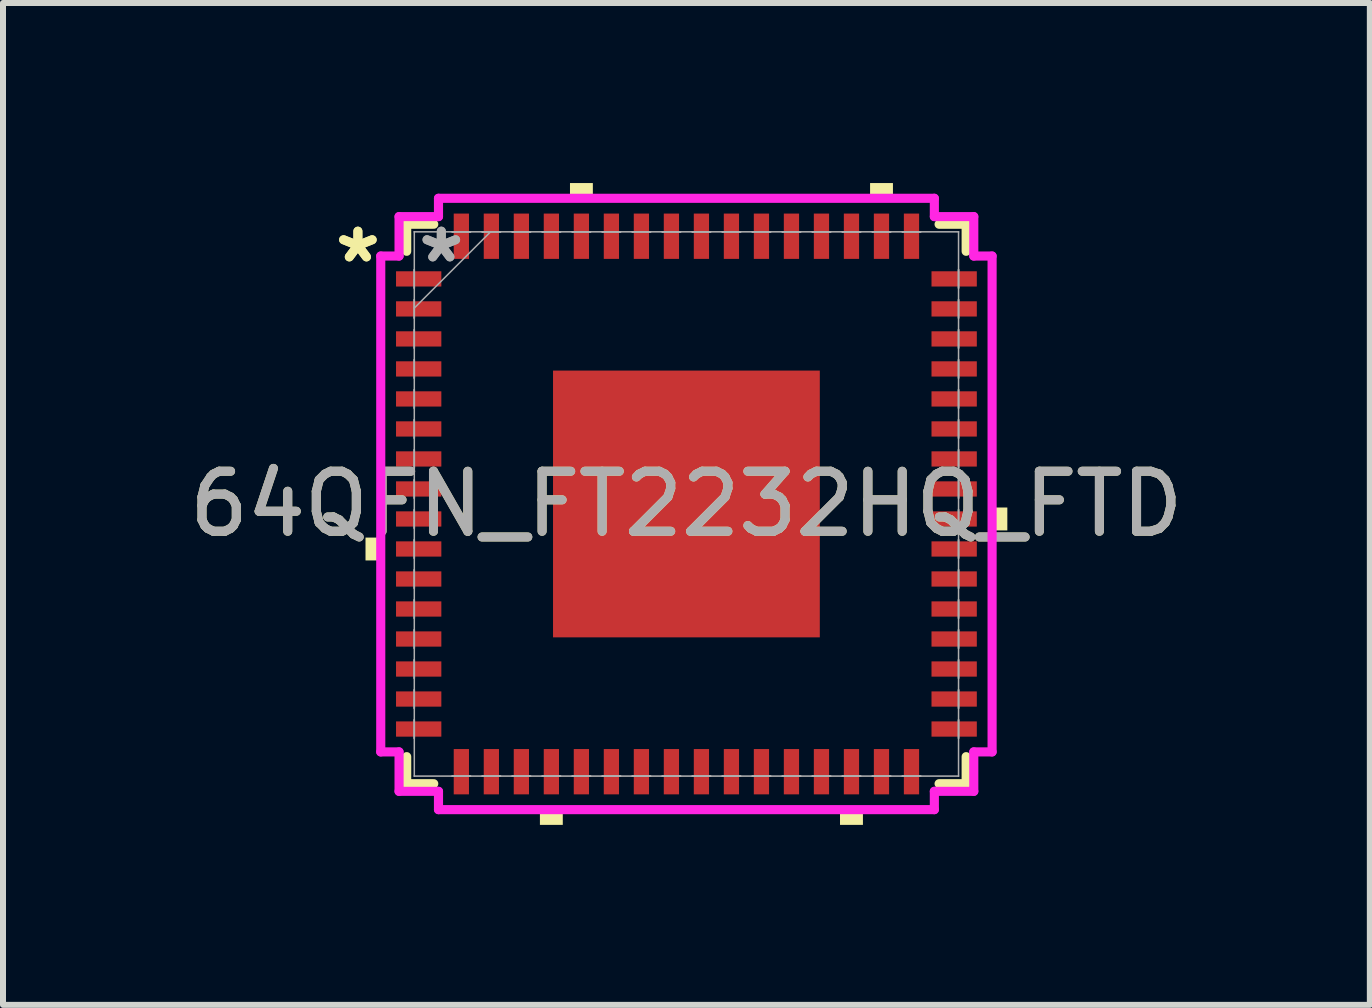
<source format=kicad_pcb>
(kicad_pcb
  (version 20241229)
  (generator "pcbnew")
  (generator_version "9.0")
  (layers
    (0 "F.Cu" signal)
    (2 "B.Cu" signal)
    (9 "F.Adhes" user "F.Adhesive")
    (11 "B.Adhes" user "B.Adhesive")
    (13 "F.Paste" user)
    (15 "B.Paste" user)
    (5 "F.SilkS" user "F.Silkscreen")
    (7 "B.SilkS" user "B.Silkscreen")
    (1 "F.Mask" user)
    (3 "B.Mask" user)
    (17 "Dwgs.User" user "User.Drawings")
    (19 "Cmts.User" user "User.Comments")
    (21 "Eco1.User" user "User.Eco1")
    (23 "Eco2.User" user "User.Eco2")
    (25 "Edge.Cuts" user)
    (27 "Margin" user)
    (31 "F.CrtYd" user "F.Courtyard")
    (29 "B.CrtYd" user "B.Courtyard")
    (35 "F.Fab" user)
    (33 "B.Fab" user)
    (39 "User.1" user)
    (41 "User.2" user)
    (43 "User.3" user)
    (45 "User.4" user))
  (footprint "64QFN_FT2232HQ_FTD"
    (layer "F.Cu")
    (at 8.387 5.347)
    (property "Reference" "64QFN_FT2232HQ_FTD" (at 0 0 0) (unlocked yes) (layer "F.SilkS") (effects (font (size 1 1) (thickness 0.15))))
    (attr smd)
    (fp_line (start -4.661 -4.661) (end -4.661 -4.21) (stroke (width 0.152) (type solid)) (layer "F.SilkS"))
    (fp_line (start -4.661 4.21) (end -4.661 4.661) (stroke (width 0.152) (type solid)) (layer "F.SilkS"))
    (fp_line (start -4.661 4.661) (end -4.21 4.661) (stroke (width 0.152) (type solid)) (layer "F.SilkS"))
    (fp_line (start -4.21 -4.661) (end -4.661 -4.661) (stroke (width 0.152) (type solid)) (layer "F.SilkS"))
    (fp_line (start 4.21 4.661) (end 4.661 4.661) (stroke (width 0.152) (type solid)) (layer "F.SilkS"))
    (fp_line (start 4.661 -4.661) (end 4.21 -4.661) (stroke (width 0.152) (type solid)) (layer "F.SilkS"))
    (fp_line (start 4.661 -4.21) (end 4.661 -4.661) (stroke (width 0.152) (type solid)) (layer "F.SilkS"))
    (fp_line (start 4.661 4.661) (end 4.661 4.21) (stroke (width 0.152) (type solid)) (layer "F.SilkS"))
    (fp_poly (pts (xy -5.347 0.56) (xy -5.347 0.941) (xy -5.093 0.941) (xy -5.093 0.56)) (stroke (width 0) (type solid)) (fill yes) (layer "F.SilkS"))
    (fp_poly (pts (xy -2.441 5.093) (xy -2.441 5.347) (xy -2.06 5.347) (xy -2.06 5.093)) (stroke (width 0) (type solid)) (fill yes) (layer "F.SilkS"))
    (fp_poly (pts (xy -1.94 -5.093) (xy -1.94 -5.347) (xy -1.559 -5.347) (xy -1.559 -5.093)) (stroke (width 0) (type solid)) (fill yes) (layer "F.SilkS"))
    (fp_poly (pts (xy 2.559 5.093) (xy 2.559 5.347) (xy 2.941 5.347) (xy 2.941 5.093)) (stroke (width 0) (type solid)) (fill yes) (layer "F.SilkS"))
    (fp_poly (pts (xy 3.06 -5.093) (xy 3.06 -5.347) (xy 3.441 -5.347) (xy 3.441 -5.093)) (stroke (width 0) (type solid)) (fill yes) (layer "F.SilkS"))
    (fp_poly (pts (xy 5.347 0.059) (xy 5.347 0.441) (xy 5.093 0.441) (xy 5.093 0.059)) (stroke (width 0) (type solid)) (fill yes) (layer "F.SilkS"))
    (fp_poly (pts (xy -2.123 -2.123) (xy -2.123 -0.841) (xy -0.841 -0.841) (xy -0.841 -2.123)) (stroke (width 0) (type solid)) (fill yes) (layer "F.Paste"))
    (fp_poly (pts (xy -2.123 -0.641) (xy -2.123 0.641) (xy -0.841 0.641) (xy -0.841 -0.641)) (stroke (width 0) (type solid)) (fill yes) (layer "F.Paste"))
    (fp_poly (pts (xy -2.123 0.841) (xy -2.123 2.123) (xy -0.841 2.123) (xy -0.841 0.841)) (stroke (width 0) (type solid)) (fill yes) (layer "F.Paste"))
    (fp_poly (pts (xy -0.641 -2.123) (xy -0.641 -0.841) (xy 0.641 -0.841) (xy 0.641 -2.123)) (stroke (width 0) (type solid)) (fill yes) (layer "F.Paste"))
    (fp_poly (pts (xy -0.641 -0.641) (xy -0.641 0.641) (xy 0.641 0.641) (xy 0.641 -0.641)) (stroke (width 0) (type solid)) (fill yes) (layer "F.Paste"))
    (fp_poly (pts (xy -0.641 0.841) (xy -0.641 2.123) (xy 0.641 2.123) (xy 0.641 0.841)) (stroke (width 0) (type solid)) (fill yes) (layer "F.Paste"))
    (fp_poly (pts (xy 0.841 -2.123) (xy 0.841 -0.841) (xy 2.123 -0.841) (xy 2.123 -2.123)) (stroke (width 0) (type solid)) (fill yes) (layer "F.Paste"))
    (fp_poly (pts (xy 0.841 -0.641) (xy 0.841 0.641) (xy 2.123 0.641) (xy 2.123 -0.641)) (stroke (width 0) (type solid)) (fill yes) (layer "F.Paste"))
    (fp_poly (pts (xy 0.841 0.841) (xy 0.841 2.123) (xy 2.123 2.123) (xy 2.123 0.841)) (stroke (width 0) (type solid)) (fill yes) (layer "F.Paste"))
    (fp_line (start -5.093 -4.131) (end -4.788 -4.131) (stroke (width 0.152) (type solid)) (layer "F.CrtYd"))
    (fp_line (start -5.093 4.131) (end -5.093 -4.131) (stroke (width 0.152) (type solid)) (layer "F.CrtYd"))
    (fp_line (start -4.788 -4.788) (end -4.131 -4.788) (stroke (width 0.152) (type solid)) (layer "F.CrtYd"))
    (fp_line (start -4.788 -4.131) (end -4.788 -4.788) (stroke (width 0.152) (type solid)) (layer "F.CrtYd"))
    (fp_line (start -4.788 4.131) (end -5.093 4.131) (stroke (width 0.152) (type solid)) (layer "F.CrtYd"))
    (fp_line (start -4.788 4.788) (end -4.788 4.131) (stroke (width 0.152) (type solid)) (layer "F.CrtYd"))
    (fp_line (start -4.131 -5.093) (end 4.131 -5.093) (stroke (width 0.152) (type solid)) (layer "F.CrtYd"))
    (fp_line (start -4.131 -4.788) (end -4.131 -5.093) (stroke (width 0.152) (type solid)) (layer "F.CrtYd"))
    (fp_line (start -4.131 4.788) (end -4.788 4.788) (stroke (width 0.152) (type solid)) (layer "F.CrtYd"))
    (fp_line (start -4.131 5.093) (end -4.131 4.788) (stroke (width 0.152) (type solid)) (layer "F.CrtYd"))
    (fp_line (start 4.131 -5.093) (end 4.131 -4.788) (stroke (width 0.152) (type solid)) (layer "F.CrtYd"))
    (fp_line (start 4.131 -4.788) (end 4.788 -4.788) (stroke (width 0.152) (type solid)) (layer "F.CrtYd"))
    (fp_line (start 4.131 4.788) (end 4.131 5.093) (stroke (width 0.152) (type solid)) (layer "F.CrtYd"))
    (fp_line (start 4.131 5.093) (end -4.131 5.093) (stroke (width 0.152) (type solid)) (layer "F.CrtYd"))
    (fp_line (start 4.788 -4.788) (end 4.788 -4.131) (stroke (width 0.152) (type solid)) (layer "F.CrtYd"))
    (fp_line (start 4.788 -4.131) (end 5.093 -4.131) (stroke (width 0.152) (type solid)) (layer "F.CrtYd"))
    (fp_line (start 4.788 4.131) (end 4.788 4.788) (stroke (width 0.152) (type solid)) (layer "F.CrtYd"))
    (fp_line (start 4.788 4.788) (end 4.131 4.788) (stroke (width 0.152) (type solid)) (layer "F.CrtYd"))
    (fp_line (start 5.093 -4.131) (end 5.093 4.131) (stroke (width 0.152) (type solid)) (layer "F.CrtYd"))
    (fp_line (start 5.093 4.131) (end 4.788 4.131) (stroke (width 0.152) (type solid)) (layer "F.CrtYd"))
    (fp_line (start -4.534 -4.534) (end -4.534 -4.534) (stroke (width 0.025) (type solid)) (layer "F.Fab"))
    (fp_line (start -4.534 -4.534) (end -4.534 4.534) (stroke (width 0.025) (type solid)) (layer "F.Fab"))
    (fp_line (start -4.534 -3.902) (end -4.534 -3.902) (stroke (width 0.025) (type solid)) (layer "F.Fab"))
    (fp_line (start -4.534 -3.902) (end -4.534 -3.598) (stroke (width 0.025) (type solid)) (layer "F.Fab"))
    (fp_line (start -4.534 -3.598) (end -4.534 -3.902) (stroke (width 0.025) (type solid)) (layer "F.Fab"))
    (fp_line (start -4.534 -3.598) (end -4.534 -3.598) (stroke (width 0.025) (type solid)) (layer "F.Fab"))
    (fp_line (start -4.534 -3.402) (end -4.534 -3.402) (stroke (width 0.025) (type solid)) (layer "F.Fab"))
    (fp_line (start -4.534 -3.402) (end -4.534 -3.098) (stroke (width 0.025) (type solid)) (layer "F.Fab"))
    (fp_line (start -4.534 -3.264) (end -3.264 -4.534) (stroke (width 0.025) (type solid)) (layer "F.Fab"))
    (fp_line (start -4.534 -3.098) (end -4.534 -3.402) (stroke (width 0.025) (type solid)) (layer "F.Fab"))
    (fp_line (start -4.534 -3.098) (end -4.534 -3.098) (stroke (width 0.025) (type solid)) (layer "F.Fab"))
    (fp_line (start -4.534 -2.902) (end -4.534 -2.902) (stroke (width 0.025) (type solid)) (layer "F.Fab"))
    (fp_line (start -4.534 -2.902) (end -4.534 -2.598) (stroke (width 0.025) (type solid)) (layer "F.Fab"))
    (fp_line (start -4.534 -2.598) (end -4.534 -2.902) (stroke (width 0.025) (type solid)) (layer "F.Fab"))
    (fp_line (start -4.534 -2.598) (end -4.534 -2.598) (stroke (width 0.025) (type solid)) (layer "F.Fab"))
    (fp_line (start -4.534 -2.402) (end -4.534 -2.402) (stroke (width 0.025) (type solid)) (layer "F.Fab"))
    (fp_line (start -4.534 -2.402) (end -4.534 -2.098) (stroke (width 0.025) (type solid)) (layer "F.Fab"))
    (fp_line (start -4.534 -2.098) (end -4.534 -2.402) (stroke (width 0.025) (type solid)) (layer "F.Fab"))
    (fp_line (start -4.534 -2.098) (end -4.534 -2.098) (stroke (width 0.025) (type solid)) (layer "F.Fab"))
    (fp_line (start -4.534 -1.902) (end -4.534 -1.902) (stroke (width 0.025) (type solid)) (layer "F.Fab"))
    (fp_line (start -4.534 -1.902) (end -4.534 -1.598) (stroke (width 0.025) (type solid)) (layer "F.Fab"))
    (fp_line (start -4.534 -1.598) (end -4.534 -1.902) (stroke (width 0.025) (type solid)) (layer "F.Fab"))
    (fp_line (start -4.534 -1.598) (end -4.534 -1.598) (stroke (width 0.025) (type solid)) (layer "F.Fab"))
    (fp_line (start -4.534 -1.402) (end -4.534 -1.402) (stroke (width 0.025) (type solid)) (layer "F.Fab"))
    (fp_line (start -4.534 -1.402) (end -4.534 -1.098) (stroke (width 0.025) (type solid)) (layer "F.Fab"))
    (fp_line (start -4.534 -1.098) (end -4.534 -1.402) (stroke (width 0.025) (type solid)) (layer "F.Fab"))
    (fp_line (start -4.534 -1.098) (end -4.534 -1.098) (stroke (width 0.025) (type solid)) (layer "F.Fab"))
    (fp_line (start -4.534 -0.902) (end -4.534 -0.902) (stroke (width 0.025) (type solid)) (layer "F.Fab"))
    (fp_line (start -4.534 -0.902) (end -4.534 -0.598) (stroke (width 0.025) (type solid)) (layer "F.Fab"))
    (fp_line (start -4.534 -0.598) (end -4.534 -0.902) (stroke (width 0.025) (type solid)) (layer "F.Fab"))
    (fp_line (start -4.534 -0.598) (end -4.534 -0.598) (stroke (width 0.025) (type solid)) (layer "F.Fab"))
    (fp_line (start -4.534 -0.402) (end -4.534 -0.402) (stroke (width 0.025) (type solid)) (layer "F.Fab"))
    (fp_line (start -4.534 -0.402) (end -4.534 -0.098) (stroke (width 0.025) (type solid)) (layer "F.Fab"))
    (fp_line (start -4.534 -0.098) (end -4.534 -0.402) (stroke (width 0.025) (type solid)) (layer "F.Fab"))
    (fp_line (start -4.534 -0.098) (end -4.534 -0.098) (stroke (width 0.025) (type solid)) (layer "F.Fab"))
    (fp_line (start -4.534 0.098) (end -4.534 0.098) (stroke (width 0.025) (type solid)) (layer "F.Fab"))
    (fp_line (start -4.534 0.098) (end -4.534 0.402) (stroke (width 0.025) (type solid)) (layer "F.Fab"))
    (fp_line (start -4.534 0.402) (end -4.534 0.098) (stroke (width 0.025) (type solid)) (layer "F.Fab"))
    (fp_line (start -4.534 0.402) (end -4.534 0.402) (stroke (width 0.025) (type solid)) (layer "F.Fab"))
    (fp_line (start -4.534 0.598) (end -4.534 0.598) (stroke (width 0.025) (type solid)) (layer "F.Fab"))
    (fp_line (start -4.534 0.598) (end -4.534 0.902) (stroke (width 0.025) (type solid)) (layer "F.Fab"))
    (fp_line (start -4.534 0.902) (end -4.534 0.598) (stroke (width 0.025) (type solid)) (layer "F.Fab"))
    (fp_line (start -4.534 0.902) (end -4.534 0.902) (stroke (width 0.025) (type solid)) (layer "F.Fab"))
    (fp_line (start -4.534 1.098) (end -4.534 1.098) (stroke (width 0.025) (type solid)) (layer "F.Fab"))
    (fp_line (start -4.534 1.098) (end -4.534 1.402) (stroke (width 0.025) (type solid)) (layer "F.Fab"))
    (fp_line (start -4.534 1.402) (end -4.534 1.098) (stroke (width 0.025) (type solid)) (layer "F.Fab"))
    (fp_line (start -4.534 1.402) (end -4.534 1.402) (stroke (width 0.025) (type solid)) (layer "F.Fab"))
    (fp_line (start -4.534 1.598) (end -4.534 1.598) (stroke (width 0.025) (type solid)) (layer "F.Fab"))
    (fp_line (start -4.534 1.598) (end -4.534 1.902) (stroke (width 0.025) (type solid)) (layer "F.Fab"))
    (fp_line (start -4.534 1.902) (end -4.534 1.598) (stroke (width 0.025) (type solid)) (layer "F.Fab"))
    (fp_line (start -4.534 1.902) (end -4.534 1.902) (stroke (width 0.025) (type solid)) (layer "F.Fab"))
    (fp_line (start -4.534 2.098) (end -4.534 2.098) (stroke (width 0.025) (type solid)) (layer "F.Fab"))
    (fp_line (start -4.534 2.098) (end -4.534 2.402) (stroke (width 0.025) (type solid)) (layer "F.Fab"))
    (fp_line (start -4.534 2.402) (end -4.534 2.098) (stroke (width 0.025) (type solid)) (layer "F.Fab"))
    (fp_line (start -4.534 2.402) (end -4.534 2.402) (stroke (width 0.025) (type solid)) (layer "F.Fab"))
    (fp_line (start -4.534 2.598) (end -4.534 2.598) (stroke (width 0.025) (type solid)) (layer "F.Fab"))
    (fp_line (start -4.534 2.598) (end -4.534 2.902) (stroke (width 0.025) (type solid)) (layer "F.Fab"))
    (fp_line (start -4.534 2.902) (end -4.534 2.598) (stroke (width 0.025) (type solid)) (layer "F.Fab"))
    (fp_line (start -4.534 2.902) (end -4.534 2.902) (stroke (width 0.025) (type solid)) (layer "F.Fab"))
    (fp_line (start -4.534 3.098) (end -4.534 3.098) (stroke (width 0.025) (type solid)) (layer "F.Fab"))
    (fp_line (start -4.534 3.098) (end -4.534 3.402) (stroke (width 0.025) (type solid)) (layer "F.Fab"))
    (fp_line (start -4.534 3.402) (end -4.534 3.098) (stroke (width 0.025) (type solid)) (layer "F.Fab"))
    (fp_line (start -4.534 3.402) (end -4.534 3.402) (stroke (width 0.025) (type solid)) (layer "F.Fab"))
    (fp_line (start -4.534 3.598) (end -4.534 3.598) (stroke (width 0.025) (type solid)) (layer "F.Fab"))
    (fp_line (start -4.534 3.598) (end -4.534 3.902) (stroke (width 0.025) (type solid)) (layer "F.Fab"))
    (fp_line (start -4.534 3.902) (end -4.534 3.598) (stroke (width 0.025) (type solid)) (layer "F.Fab"))
    (fp_line (start -4.534 3.902) (end -4.534 3.902) (stroke (width 0.025) (type solid)) (layer "F.Fab"))
    (fp_line (start -4.534 4.534) (end -4.534 4.534) (stroke (width 0.025) (type solid)) (layer "F.Fab"))
    (fp_line (start -4.534 4.534) (end 4.534 4.534) (stroke (width 0.025) (type solid)) (layer "F.Fab"))
    (fp_line (start -3.902 -4.534) (end -3.902 -4.534) (stroke (width 0.025) (type solid)) (layer "F.Fab"))
    (fp_line (start -3.902 -4.534) (end -3.598 -4.534) (stroke (width 0.025) (type solid)) (layer "F.Fab"))
    (fp_line (start -3.902 4.534) (end -3.902 4.534) (stroke (width 0.025) (type solid)) (layer "F.Fab"))
    (fp_line (start -3.902 4.534) (end -3.598 4.534) (stroke (width 0.025) (type solid)) (layer "F.Fab"))
    (fp_line (start -3.598 -4.534) (end -3.902 -4.534) (stroke (width 0.025) (type solid)) (layer "F.Fab"))
    (fp_line (start -3.598 -4.534) (end -3.598 -4.534) (stroke (width 0.025) (type solid)) (layer "F.Fab"))
    (fp_line (start -3.598 4.534) (end -3.902 4.534) (stroke (width 0.025) (type solid)) (layer "F.Fab"))
    (fp_line (start -3.598 4.534) (end -3.598 4.534) (stroke (width 0.025) (type solid)) (layer "F.Fab"))
    (fp_line (start -3.402 -4.534) (end -3.402 -4.534) (stroke (width 0.025) (type solid)) (layer "F.Fab"))
    (fp_line (start -3.402 -4.534) (end -3.098 -4.534) (stroke (width 0.025) (type solid)) (layer "F.Fab"))
    (fp_line (start -3.402 4.534) (end -3.402 4.534) (stroke (width 0.025) (type solid)) (layer "F.Fab"))
    (fp_line (start -3.402 4.534) (end -3.098 4.534) (stroke (width 0.025) (type solid)) (layer "F.Fab"))
    (fp_line (start -3.098 -4.534) (end -3.402 -4.534) (stroke (width 0.025) (type solid)) (layer "F.Fab"))
    (fp_line (start -3.098 -4.534) (end -3.098 -4.534) (stroke (width 0.025) (type solid)) (layer "F.Fab"))
    (fp_line (start -3.098 4.534) (end -3.402 4.534) (stroke (width 0.025) (type solid)) (layer "F.Fab"))
    (fp_line (start -3.098 4.534) (end -3.098 4.534) (stroke (width 0.025) (type solid)) (layer "F.Fab"))
    (fp_line (start -2.902 -4.534) (end -2.902 -4.534) (stroke (width 0.025) (type solid)) (layer "F.Fab"))
    (fp_line (start -2.902 -4.534) (end -2.598 -4.534) (stroke (width 0.025) (type solid)) (layer "F.Fab"))
    (fp_line (start -2.902 4.534) (end -2.902 4.534) (stroke (width 0.025) (type solid)) (layer "F.Fab"))
    (fp_line (start -2.902 4.534) (end -2.598 4.534) (stroke (width 0.025) (type solid)) (layer "F.Fab"))
    (fp_line (start -2.598 -4.534) (end -2.902 -4.534) (stroke (width 0.025) (type solid)) (layer "F.Fab"))
    (fp_line (start -2.598 -4.534) (end -2.598 -4.534) (stroke (width 0.025) (type solid)) (layer "F.Fab"))
    (fp_line (start -2.598 4.534) (end -2.902 4.534) (stroke (width 0.025) (type solid)) (layer "F.Fab"))
    (fp_line (start -2.598 4.534) (end -2.598 4.534) (stroke (width 0.025) (type solid)) (layer "F.Fab"))
    (fp_line (start -2.402 -4.534) (end -2.402 -4.534) (stroke (width 0.025) (type solid)) (layer "F.Fab"))
    (fp_line (start -2.402 -4.534) (end -2.098 -4.534) (stroke (width 0.025) (type solid)) (layer "F.Fab"))
    (fp_line (start -2.402 4.534) (end -2.402 4.534) (stroke (width 0.025) (type solid)) (layer "F.Fab"))
    (fp_line (start -2.402 4.534) (end -2.098 4.534) (stroke (width 0.025) (type solid)) (layer "F.Fab"))
    (fp_line (start -2.098 -4.534) (end -2.402 -4.534) (stroke (width 0.025) (type solid)) (layer "F.Fab"))
    (fp_line (start -2.098 -4.534) (end -2.098 -4.534) (stroke (width 0.025) (type solid)) (layer "F.Fab"))
    (fp_line (start -2.098 4.534) (end -2.402 4.534) (stroke (width 0.025) (type solid)) (layer "F.Fab"))
    (fp_line (start -2.098 4.534) (end -2.098 4.534) (stroke (width 0.025) (type solid)) (layer "F.Fab"))
    (fp_line (start -1.902 -4.534) (end -1.902 -4.534) (stroke (width 0.025) (type solid)) (layer "F.Fab"))
    (fp_line (start -1.902 -4.534) (end -1.598 -4.534) (stroke (width 0.025) (type solid)) (layer "F.Fab"))
    (fp_line (start -1.902 4.534) (end -1.902 4.534) (stroke (width 0.025) (type solid)) (layer "F.Fab"))
    (fp_line (start -1.902 4.534) (end -1.598 4.534) (stroke (width 0.025) (type solid)) (layer "F.Fab"))
    (fp_line (start -1.598 -4.534) (end -1.902 -4.534) (stroke (width 0.025) (type solid)) (layer "F.Fab"))
    (fp_line (start -1.598 -4.534) (end -1.598 -4.534) (stroke (width 0.025) (type solid)) (layer "F.Fab"))
    (fp_line (start -1.598 4.534) (end -1.902 4.534) (stroke (width 0.025) (type solid)) (layer "F.Fab"))
    (fp_line (start -1.598 4.534) (end -1.598 4.534) (stroke (width 0.025) (type solid)) (layer "F.Fab"))
    (fp_line (start -1.402 -4.534) (end -1.402 -4.534) (stroke (width 0.025) (type solid)) (layer "F.Fab"))
    (fp_line (start -1.402 -4.534) (end -1.098 -4.534) (stroke (width 0.025) (type solid)) (layer "F.Fab"))
    (fp_line (start -1.402 4.534) (end -1.402 4.534) (stroke (width 0.025) (type solid)) (layer "F.Fab"))
    (fp_line (start -1.402 4.534) (end -1.098 4.534) (stroke (width 0.025) (type solid)) (layer "F.Fab"))
    (fp_line (start -1.098 -4.534) (end -1.402 -4.534) (stroke (width 0.025) (type solid)) (layer "F.Fab"))
    (fp_line (start -1.098 -4.534) (end -1.098 -4.534) (stroke (width 0.025) (type solid)) (layer "F.Fab"))
    (fp_line (start -1.098 4.534) (end -1.402 4.534) (stroke (width 0.025) (type solid)) (layer "F.Fab"))
    (fp_line (start -1.098 4.534) (end -1.098 4.534) (stroke (width 0.025) (type solid)) (layer "F.Fab"))
    (fp_line (start -0.902 -4.534) (end -0.902 -4.534) (stroke (width 0.025) (type solid)) (layer "F.Fab"))
    (fp_line (start -0.902 -4.534) (end -0.598 -4.534) (stroke (width 0.025) (type solid)) (layer "F.Fab"))
    (fp_line (start -0.902 4.534) (end -0.902 4.534) (stroke (width 0.025) (type solid)) (layer "F.Fab"))
    (fp_line (start -0.902 4.534) (end -0.598 4.534) (stroke (width 0.025) (type solid)) (layer "F.Fab"))
    (fp_line (start -0.598 -4.534) (end -0.902 -4.534) (stroke (width 0.025) (type solid)) (layer "F.Fab"))
    (fp_line (start -0.598 -4.534) (end -0.598 -4.534) (stroke (width 0.025) (type solid)) (layer "F.Fab"))
    (fp_line (start -0.598 4.534) (end -0.902 4.534) (stroke (width 0.025) (type solid)) (layer "F.Fab"))
    (fp_line (start -0.598 4.534) (end -0.598 4.534) (stroke (width 0.025) (type solid)) (layer "F.Fab"))
    (fp_line (start -0.402 -4.534) (end -0.402 -4.534) (stroke (width 0.025) (type solid)) (layer "F.Fab"))
    (fp_line (start -0.402 -4.534) (end -0.098 -4.534) (stroke (width 0.025) (type solid)) (layer "F.Fab"))
    (fp_line (start -0.402 4.534) (end -0.402 4.534) (stroke (width 0.025) (type solid)) (layer "F.Fab"))
    (fp_line (start -0.402 4.534) (end -0.098 4.534) (stroke (width 0.025) (type solid)) (layer "F.Fab"))
    (fp_line (start -0.098 -4.534) (end -0.402 -4.534) (stroke (width 0.025) (type solid)) (layer "F.Fab"))
    (fp_line (start -0.098 -4.534) (end -0.098 -4.534) (stroke (width 0.025) (type solid)) (layer "F.Fab"))
    (fp_line (start -0.098 4.534) (end -0.402 4.534) (stroke (width 0.025) (type solid)) (layer "F.Fab"))
    (fp_line (start -0.098 4.534) (end -0.098 4.534) (stroke (width 0.025) (type solid)) (layer "F.Fab"))
    (fp_line (start 0.098 -4.534) (end 0.098 -4.534) (stroke (width 0.025) (type solid)) (layer "F.Fab"))
    (fp_line (start 0.098 -4.534) (end 0.402 -4.534) (stroke (width 0.025) (type solid)) (layer "F.Fab"))
    (fp_line (start 0.098 4.534) (end 0.098 4.534) (stroke (width 0.025) (type solid)) (layer "F.Fab"))
    (fp_line (start 0.098 4.534) (end 0.402 4.534) (stroke (width 0.025) (type solid)) (layer "F.Fab"))
    (fp_line (start 0.402 -4.534) (end 0.098 -4.534) (stroke (width 0.025) (type solid)) (layer "F.Fab"))
    (fp_line (start 0.402 -4.534) (end 0.402 -4.534) (stroke (width 0.025) (type solid)) (layer "F.Fab"))
    (fp_line (start 0.402 4.534) (end 0.098 4.534) (stroke (width 0.025) (type solid)) (layer "F.Fab"))
    (fp_line (start 0.402 4.534) (end 0.402 4.534) (stroke (width 0.025) (type solid)) (layer "F.Fab"))
    (fp_line (start 0.598 -4.534) (end 0.598 -4.534) (stroke (width 0.025) (type solid)) (layer "F.Fab"))
    (fp_line (start 0.598 -4.534) (end 0.902 -4.534) (stroke (width 0.025) (type solid)) (layer "F.Fab"))
    (fp_line (start 0.598 4.534) (end 0.598 4.534) (stroke (width 0.025) (type solid)) (layer "F.Fab"))
    (fp_line (start 0.598 4.534) (end 0.902 4.534) (stroke (width 0.025) (type solid)) (layer "F.Fab"))
    (fp_line (start 0.902 -4.534) (end 0.598 -4.534) (stroke (width 0.025) (type solid)) (layer "F.Fab"))
    (fp_line (start 0.902 -4.534) (end 0.902 -4.534) (stroke (width 0.025) (type solid)) (layer "F.Fab"))
    (fp_line (start 0.902 4.534) (end 0.598 4.534) (stroke (width 0.025) (type solid)) (layer "F.Fab"))
    (fp_line (start 0.902 4.534) (end 0.902 4.534) (stroke (width 0.025) (type solid)) (layer "F.Fab"))
    (fp_line (start 1.098 -4.534) (end 1.098 -4.534) (stroke (width 0.025) (type solid)) (layer "F.Fab"))
    (fp_line (start 1.098 -4.534) (end 1.402 -4.534) (stroke (width 0.025) (type solid)) (layer "F.Fab"))
    (fp_line (start 1.098 4.534) (end 1.098 4.534) (stroke (width 0.025) (type solid)) (layer "F.Fab"))
    (fp_line (start 1.098 4.534) (end 1.402 4.534) (stroke (width 0.025) (type solid)) (layer "F.Fab"))
    (fp_line (start 1.402 -4.534) (end 1.098 -4.534) (stroke (width 0.025) (type solid)) (layer "F.Fab"))
    (fp_line (start 1.402 -4.534) (end 1.402 -4.534) (stroke (width 0.025) (type solid)) (layer "F.Fab"))
    (fp_line (start 1.402 4.534) (end 1.098 4.534) (stroke (width 0.025) (type solid)) (layer "F.Fab"))
    (fp_line (start 1.402 4.534) (end 1.402 4.534) (stroke (width 0.025) (type solid)) (layer "F.Fab"))
    (fp_line (start 1.598 -4.534) (end 1.598 -4.534) (stroke (width 0.025) (type solid)) (layer "F.Fab"))
    (fp_line (start 1.598 -4.534) (end 1.902 -4.534) (stroke (width 0.025) (type solid)) (layer "F.Fab"))
    (fp_line (start 1.598 4.534) (end 1.598 4.534) (stroke (width 0.025) (type solid)) (layer "F.Fab"))
    (fp_line (start 1.598 4.534) (end 1.902 4.534) (stroke (width 0.025) (type solid)) (layer "F.Fab"))
    (fp_line (start 1.902 -4.534) (end 1.598 -4.534) (stroke (width 0.025) (type solid)) (layer "F.Fab"))
    (fp_line (start 1.902 -4.534) (end 1.902 -4.534) (stroke (width 0.025) (type solid)) (layer "F.Fab"))
    (fp_line (start 1.902 4.534) (end 1.598 4.534) (stroke (width 0.025) (type solid)) (layer "F.Fab"))
    (fp_line (start 1.902 4.534) (end 1.902 4.534) (stroke (width 0.025) (type solid)) (layer "F.Fab"))
    (fp_line (start 2.098 -4.534) (end 2.098 -4.534) (stroke (width 0.025) (type solid)) (layer "F.Fab"))
    (fp_line (start 2.098 -4.534) (end 2.402 -4.534) (stroke (width 0.025) (type solid)) (layer "F.Fab"))
    (fp_line (start 2.098 4.534) (end 2.098 4.534) (stroke (width 0.025) (type solid)) (layer "F.Fab"))
    (fp_line (start 2.098 4.534) (end 2.402 4.534) (stroke (width 0.025) (type solid)) (layer "F.Fab"))
    (fp_line (start 2.402 -4.534) (end 2.098 -4.534) (stroke (width 0.025) (type solid)) (layer "F.Fab"))
    (fp_line (start 2.402 -4.534) (end 2.402 -4.534) (stroke (width 0.025) (type solid)) (layer "F.Fab"))
    (fp_line (start 2.402 4.534) (end 2.098 4.534) (stroke (width 0.025) (type solid)) (layer "F.Fab"))
    (fp_line (start 2.402 4.534) (end 2.402 4.534) (stroke (width 0.025) (type solid)) (layer "F.Fab"))
    (fp_line (start 2.598 -4.534) (end 2.598 -4.534) (stroke (width 0.025) (type solid)) (layer "F.Fab"))
    (fp_line (start 2.598 -4.534) (end 2.902 -4.534) (stroke (width 0.025) (type solid)) (layer "F.Fab"))
    (fp_line (start 2.598 4.534) (end 2.598 4.534) (stroke (width 0.025) (type solid)) (layer "F.Fab"))
    (fp_line (start 2.598 4.534) (end 2.902 4.534) (stroke (width 0.025) (type solid)) (layer "F.Fab"))
    (fp_line (start 2.902 -4.534) (end 2.598 -4.534) (stroke (width 0.025) (type solid)) (layer "F.Fab"))
    (fp_line (start 2.902 -4.534) (end 2.902 -4.534) (stroke (width 0.025) (type solid)) (layer "F.Fab"))
    (fp_line (start 2.902 4.534) (end 2.598 4.534) (stroke (width 0.025) (type solid)) (layer "F.Fab"))
    (fp_line (start 2.902 4.534) (end 2.902 4.534) (stroke (width 0.025) (type solid)) (layer "F.Fab"))
    (fp_line (start 3.098 -4.534) (end 3.098 -4.534) (stroke (width 0.025) (type solid)) (layer "F.Fab"))
    (fp_line (start 3.098 -4.534) (end 3.402 -4.534) (stroke (width 0.025) (type solid)) (layer "F.Fab"))
    (fp_line (start 3.098 4.534) (end 3.098 4.534) (stroke (width 0.025) (type solid)) (layer "F.Fab"))
    (fp_line (start 3.098 4.534) (end 3.402 4.534) (stroke (width 0.025) (type solid)) (layer "F.Fab"))
    (fp_line (start 3.402 -4.534) (end 3.098 -4.534) (stroke (width 0.025) (type solid)) (layer "F.Fab"))
    (fp_line (start 3.402 -4.534) (end 3.402 -4.534) (stroke (width 0.025) (type solid)) (layer "F.Fab"))
    (fp_line (start 3.402 4.534) (end 3.098 4.534) (stroke (width 0.025) (type solid)) (layer "F.Fab"))
    (fp_line (start 3.402 4.534) (end 3.402 4.534) (stroke (width 0.025) (type solid)) (layer "F.Fab"))
    (fp_line (start 3.598 -4.534) (end 3.598 -4.534) (stroke (width 0.025) (type solid)) (layer "F.Fab"))
    (fp_line (start 3.598 -4.534) (end 3.902 -4.534) (stroke (width 0.025) (type solid)) (layer "F.Fab"))
    (fp_line (start 3.598 4.534) (end 3.598 4.534) (stroke (width 0.025) (type solid)) (layer "F.Fab"))
    (fp_line (start 3.598 4.534) (end 3.902 4.534) (stroke (width 0.025) (type solid)) (layer "F.Fab"))
    (fp_line (start 3.902 -4.534) (end 3.598 -4.534) (stroke (width 0.025) (type solid)) (layer "F.Fab"))
    (fp_line (start 3.902 -4.534) (end 3.902 -4.534) (stroke (width 0.025) (type solid)) (layer "F.Fab"))
    (fp_line (start 3.902 4.534) (end 3.598 4.534) (stroke (width 0.025) (type solid)) (layer "F.Fab"))
    (fp_line (start 3.902 4.534) (end 3.902 4.534) (stroke (width 0.025) (type solid)) (layer "F.Fab"))
    (fp_line (start 4.534 -4.534) (end -4.534 -4.534) (stroke (width 0.025) (type solid)) (layer "F.Fab"))
    (fp_line (start 4.534 -4.534) (end 4.534 -4.534) (stroke (width 0.025) (type solid)) (layer "F.Fab"))
    (fp_line (start 4.534 -3.902) (end 4.534 -3.902) (stroke (width 0.025) (type solid)) (layer "F.Fab"))
    (fp_line (start 4.534 -3.902) (end 4.534 -3.598) (stroke (width 0.025) (type solid)) (layer "F.Fab"))
    (fp_line (start 4.534 -3.598) (end 4.534 -3.902) (stroke (width 0.025) (type solid)) (layer "F.Fab"))
    (fp_line (start 4.534 -3.598) (end 4.534 -3.598) (stroke (width 0.025) (type solid)) (layer "F.Fab"))
    (fp_line (start 4.534 -3.402) (end 4.534 -3.402) (stroke (width 0.025) (type solid)) (layer "F.Fab"))
    (fp_line (start 4.534 -3.402) (end 4.534 -3.098) (stroke (width 0.025) (type solid)) (layer "F.Fab"))
    (fp_line (start 4.534 -3.098) (end 4.534 -3.402) (stroke (width 0.025) (type solid)) (layer "F.Fab"))
    (fp_line (start 4.534 -3.098) (end 4.534 -3.098) (stroke (width 0.025) (type solid)) (layer "F.Fab"))
    (fp_line (start 4.534 -2.902) (end 4.534 -2.902) (stroke (width 0.025) (type solid)) (layer "F.Fab"))
    (fp_line (start 4.534 -2.902) (end 4.534 -2.598) (stroke (width 0.025) (type solid)) (layer "F.Fab"))
    (fp_line (start 4.534 -2.598) (end 4.534 -2.902) (stroke (width 0.025) (type solid)) (layer "F.Fab"))
    (fp_line (start 4.534 -2.598) (end 4.534 -2.598) (stroke (width 0.025) (type solid)) (layer "F.Fab"))
    (fp_line (start 4.534 -2.402) (end 4.534 -2.402) (stroke (width 0.025) (type solid)) (layer "F.Fab"))
    (fp_line (start 4.534 -2.402) (end 4.534 -2.098) (stroke (width 0.025) (type solid)) (layer "F.Fab"))
    (fp_line (start 4.534 -2.098) (end 4.534 -2.402) (stroke (width 0.025) (type solid)) (layer "F.Fab"))
    (fp_line (start 4.534 -2.098) (end 4.534 -2.098) (stroke (width 0.025) (type solid)) (layer "F.Fab"))
    (fp_line (start 4.534 -1.902) (end 4.534 -1.902) (stroke (width 0.025) (type solid)) (layer "F.Fab"))
    (fp_line (start 4.534 -1.902) (end 4.534 -1.598) (stroke (width 0.025) (type solid)) (layer "F.Fab"))
    (fp_line (start 4.534 -1.598) (end 4.534 -1.902) (stroke (width 0.025) (type solid)) (layer "F.Fab"))
    (fp_line (start 4.534 -1.598) (end 4.534 -1.598) (stroke (width 0.025) (type solid)) (layer "F.Fab"))
    (fp_line (start 4.534 -1.402) (end 4.534 -1.402) (stroke (width 0.025) (type solid)) (layer "F.Fab"))
    (fp_line (start 4.534 -1.402) (end 4.534 -1.098) (stroke (width 0.025) (type solid)) (layer "F.Fab"))
    (fp_line (start 4.534 -1.098) (end 4.534 -1.402) (stroke (width 0.025) (type solid)) (layer "F.Fab"))
    (fp_line (start 4.534 -1.098) (end 4.534 -1.098) (stroke (width 0.025) (type solid)) (layer "F.Fab"))
    (fp_line (start 4.534 -0.902) (end 4.534 -0.902) (stroke (width 0.025) (type solid)) (layer "F.Fab"))
    (fp_line (start 4.534 -0.902) (end 4.534 -0.598) (stroke (width 0.025) (type solid)) (layer "F.Fab"))
    (fp_line (start 4.534 -0.598) (end 4.534 -0.902) (stroke (width 0.025) (type solid)) (layer "F.Fab"))
    (fp_line (start 4.534 -0.598) (end 4.534 -0.598) (stroke (width 0.025) (type solid)) (layer "F.Fab"))
    (fp_line (start 4.534 -0.402) (end 4.534 -0.402) (stroke (width 0.025) (type solid)) (layer "F.Fab"))
    (fp_line (start 4.534 -0.402) (end 4.534 -0.098) (stroke (width 0.025) (type solid)) (layer "F.Fab"))
    (fp_line (start 4.534 -0.098) (end 4.534 -0.402) (stroke (width 0.025) (type solid)) (layer "F.Fab"))
    (fp_line (start 4.534 -0.098) (end 4.534 -0.098) (stroke (width 0.025) (type solid)) (layer "F.Fab"))
    (fp_line (start 4.534 0.098) (end 4.534 0.098) (stroke (width 0.025) (type solid)) (layer "F.Fab"))
    (fp_line (start 4.534 0.098) (end 4.534 0.402) (stroke (width 0.025) (type solid)) (layer "F.Fab"))
    (fp_line (start 4.534 0.402) (end 4.534 0.098) (stroke (width 0.025) (type solid)) (layer "F.Fab"))
    (fp_line (start 4.534 0.402) (end 4.534 0.402) (stroke (width 0.025) (type solid)) (layer "F.Fab"))
    (fp_line (start 4.534 0.598) (end 4.534 0.598) (stroke (width 0.025) (type solid)) (layer "F.Fab"))
    (fp_line (start 4.534 0.598) (end 4.534 0.902) (stroke (width 0.025) (type solid)) (layer "F.Fab"))
    (fp_line (start 4.534 0.902) (end 4.534 0.598) (stroke (width 0.025) (type solid)) (layer "F.Fab"))
    (fp_line (start 4.534 0.902) (end 4.534 0.902) (stroke (width 0.025) (type solid)) (layer "F.Fab"))
    (fp_line (start 4.534 1.098) (end 4.534 1.098) (stroke (width 0.025) (type solid)) (layer "F.Fab"))
    (fp_line (start 4.534 1.098) (end 4.534 1.402) (stroke (width 0.025) (type solid)) (layer "F.Fab"))
    (fp_line (start 4.534 1.402) (end 4.534 1.098) (stroke (width 0.025) (type solid)) (layer "F.Fab"))
    (fp_line (start 4.534 1.402) (end 4.534 1.402) (stroke (width 0.025) (type solid)) (layer "F.Fab"))
    (fp_line (start 4.534 1.598) (end 4.534 1.598) (stroke (width 0.025) (type solid)) (layer "F.Fab"))
    (fp_line (start 4.534 1.598) (end 4.534 1.902) (stroke (width 0.025) (type solid)) (layer "F.Fab"))
    (fp_line (start 4.534 1.902) (end 4.534 1.598) (stroke (width 0.025) (type solid)) (layer "F.Fab"))
    (fp_line (start 4.534 1.902) (end 4.534 1.902) (stroke (width 0.025) (type solid)) (layer "F.Fab"))
    (fp_line (start 4.534 2.098) (end 4.534 2.098) (stroke (width 0.025) (type solid)) (layer "F.Fab"))
    (fp_line (start 4.534 2.098) (end 4.534 2.402) (stroke (width 0.025) (type solid)) (layer "F.Fab"))
    (fp_line (start 4.534 2.402) (end 4.534 2.098) (stroke (width 0.025) (type solid)) (layer "F.Fab"))
    (fp_line (start 4.534 2.402) (end 4.534 2.402) (stroke (width 0.025) (type solid)) (layer "F.Fab"))
    (fp_line (start 4.534 2.598) (end 4.534 2.598) (stroke (width 0.025) (type solid)) (layer "F.Fab"))
    (fp_line (start 4.534 2.598) (end 4.534 2.902) (stroke (width 0.025) (type solid)) (layer "F.Fab"))
    (fp_line (start 4.534 2.902) (end 4.534 2.598) (stroke (width 0.025) (type solid)) (layer "F.Fab"))
    (fp_line (start 4.534 2.902) (end 4.534 2.902) (stroke (width 0.025) (type solid)) (layer "F.Fab"))
    (fp_line (start 4.534 3.098) (end 4.534 3.098) (stroke (width 0.025) (type solid)) (layer "F.Fab"))
    (fp_line (start 4.534 3.098) (end 4.534 3.402) (stroke (width 0.025) (type solid)) (layer "F.Fab"))
    (fp_line (start 4.534 3.402) (end 4.534 3.098) (stroke (width 0.025) (type solid)) (layer "F.Fab"))
    (fp_line (start 4.534 3.402) (end 4.534 3.402) (stroke (width 0.025) (type solid)) (layer "F.Fab"))
    (fp_line (start 4.534 3.598) (end 4.534 3.598) (stroke (width 0.025) (type solid)) (layer "F.Fab"))
    (fp_line (start 4.534 3.598) (end 4.534 3.902) (stroke (width 0.025) (type solid)) (layer "F.Fab"))
    (fp_line (start 4.534 3.902) (end 4.534 3.598) (stroke (width 0.025) (type solid)) (layer "F.Fab"))
    (fp_line (start 4.534 3.902) (end 4.534 3.902) (stroke (width 0.025) (type solid)) (layer "F.Fab"))
    (fp_line (start 4.534 4.534) (end 4.534 -4.534) (stroke (width 0.025) (type solid)) (layer "F.Fab"))
    (fp_line (start 4.534 4.534) (end 4.534 4.534) (stroke (width 0.025) (type solid)) (layer "F.Fab"))
    (fp_text user "*" (at -5.474 -4 0) (unlocked yes) (layer "F.SilkS") (effects (font (size 1 1) (thickness 0.15))))
    (fp_text user "*" (at -5.474 -4 0) (layer "F.SilkS") (effects (font (size 1 1) (thickness 0.15))))
    (fp_text user "${REFERENCE}" (at 0 0 0) (unlocked yes) (layer "F.Fab") (effects (font (size 1 1) (thickness 0.15))))
    (fp_text user "*" (at -4.084 -4 0) (unlocked yes) (layer "F.Fab") (effects (font (size 1 1) (thickness 0.15))))
    (fp_text user "*" (at -4.084 -4 0) (layer "F.Fab") (effects (font (size 1 1) (thickness 0.15))))
    (pad "1" smd rect (at -4.461 -3.75 90) (size 0.254 0.755) (layers "F.Cu" "F.Mask" "F.Paste"))
    (pad "2" smd rect (at -4.461 -3.25 90) (size 0.254 0.755) (layers "F.Cu" "F.Mask" "F.Paste"))
    (pad "3" smd rect (at -4.461 -2.75 90) (size 0.254 0.755) (layers "F.Cu" "F.Mask" "F.Paste"))
    (pad "4" smd rect (at -4.461 -2.25 90) (size 0.254 0.755) (layers "F.Cu" "F.Mask" "F.Paste"))
    (pad "5" smd rect (at -4.461 -1.75 90) (size 0.254 0.755) (layers "F.Cu" "F.Mask" "F.Paste"))
    (pad "6" smd rect (at -4.461 -1.25 90) (size 0.254 0.755) (layers "F.Cu" "F.Mask" "F.Paste"))
    (pad "7" smd rect (at -4.461 -0.75 90) (size 0.254 0.755) (layers "F.Cu" "F.Mask" "F.Paste"))
    (pad "8" smd rect (at -4.461 -0.25 90) (size 0.254 0.755) (layers "F.Cu" "F.Mask" "F.Paste"))
    (pad "9" smd rect (at -4.461 0.25 90) (size 0.254 0.755) (layers "F.Cu" "F.Mask" "F.Paste"))
    (pad "10" smd rect (at -4.461 0.75 90) (size 0.254 0.755) (layers "F.Cu" "F.Mask" "F.Paste"))
    (pad "11" smd rect (at -4.461 1.25 90) (size 0.254 0.755) (layers "F.Cu" "F.Mask" "F.Paste"))
    (pad "12" smd rect (at -4.461 1.75 90) (size 0.254 0.755) (layers "F.Cu" "F.Mask" "F.Paste"))
    (pad "13" smd rect (at -4.461 2.25 90) (size 0.254 0.755) (layers "F.Cu" "F.Mask" "F.Paste"))
    (pad "14" smd rect (at -4.461 2.75 90) (size 0.254 0.755) (layers "F.Cu" "F.Mask" "F.Paste"))
    (pad "15" smd rect (at -4.461 3.25 90) (size 0.254 0.755) (layers "F.Cu" "F.Mask" "F.Paste"))
    (pad "16" smd rect (at -4.461 3.75 90) (size 0.254 0.755) (layers "F.Cu" "F.Mask" "F.Paste"))
    (pad "17" smd rect (at -3.75 4.461) (size 0.254 0.755) (layers "F.Cu" "F.Mask" "F.Paste"))
    (pad "18" smd rect (at -3.25 4.461) (size 0.254 0.755) (layers "F.Cu" "F.Mask" "F.Paste"))
    (pad "19" smd rect (at -2.75 4.461) (size 0.254 0.755) (layers "F.Cu" "F.Mask" "F.Paste"))
    (pad "20" smd rect (at -2.25 4.461) (size 0.254 0.755) (layers "F.Cu" "F.Mask" "F.Paste"))
    (pad "21" smd rect (at -1.75 4.461) (size 0.254 0.755) (layers "F.Cu" "F.Mask" "F.Paste"))
    (pad "22" smd rect (at -1.25 4.461) (size 0.254 0.755) (layers "F.Cu" "F.Mask" "F.Paste"))
    (pad "23" smd rect (at -0.75 4.461) (size 0.254 0.755) (layers "F.Cu" "F.Mask" "F.Paste"))
    (pad "24" smd rect (at -0.25 4.461) (size 0.254 0.755) (layers "F.Cu" "F.Mask" "F.Paste"))
    (pad "25" smd rect (at 0.25 4.461) (size 0.254 0.755) (layers "F.Cu" "F.Mask" "F.Paste"))
    (pad "26" smd rect (at 0.75 4.461) (size 0.254 0.755) (layers "F.Cu" "F.Mask" "F.Paste"))
    (pad "27" smd rect (at 1.25 4.461) (size 0.254 0.755) (layers "F.Cu" "F.Mask" "F.Paste"))
    (pad "28" smd rect (at 1.75 4.461) (size 0.254 0.755) (layers "F.Cu" "F.Mask" "F.Paste"))
    (pad "29" smd rect (at 2.25 4.461) (size 0.254 0.755) (layers "F.Cu" "F.Mask" "F.Paste"))
    (pad "30" smd rect (at 2.75 4.461) (size 0.254 0.755) (layers "F.Cu" "F.Mask" "F.Paste"))
    (pad "31" smd rect (at 3.25 4.461) (size 0.254 0.755) (layers "F.Cu" "F.Mask" "F.Paste"))
    (pad "32" smd rect (at 3.75 4.461) (size 0.254 0.755) (layers "F.Cu" "F.Mask" "F.Paste"))
    (pad "33" smd rect (at 4.461 3.75 90) (size 0.254 0.755) (layers "F.Cu" "F.Mask" "F.Paste"))
    (pad "34" smd rect (at 4.461 3.25 90) (size 0.254 0.755) (layers "F.Cu" "F.Mask" "F.Paste"))
    (pad "35" smd rect (at 4.461 2.75 90) (size 0.254 0.755) (layers "F.Cu" "F.Mask" "F.Paste"))
    (pad "36" smd rect (at 4.461 2.25 90) (size 0.254 0.755) (layers "F.Cu" "F.Mask" "F.Paste"))
    (pad "37" smd rect (at 4.461 1.75 90) (size 0.254 0.755) (layers "F.Cu" "F.Mask" "F.Paste"))
    (pad "38" smd rect (at 4.461 1.25 90) (size 0.254 0.755) (layers "F.Cu" "F.Mask" "F.Paste"))
    (pad "39" smd rect (at 4.461 0.75 90) (size 0.254 0.755) (layers "F.Cu" "F.Mask" "F.Paste"))
    (pad "40" smd rect (at 4.461 0.25 90) (size 0.254 0.755) (layers "F.Cu" "F.Mask" "F.Paste"))
    (pad "41" smd rect (at 4.461 -0.25 90) (size 0.254 0.755) (layers "F.Cu" "F.Mask" "F.Paste"))
    (pad "42" smd rect (at 4.461 -0.75 90) (size 0.254 0.755) (layers "F.Cu" "F.Mask" "F.Paste"))
    (pad "43" smd rect (at 4.461 -1.25 90) (size 0.254 0.755) (layers "F.Cu" "F.Mask" "F.Paste"))
    (pad "44" smd rect (at 4.461 -1.75 90) (size 0.254 0.755) (layers "F.Cu" "F.Mask" "F.Paste"))
    (pad "45" smd rect (at 4.461 -2.25 90) (size 0.254 0.755) (layers "F.Cu" "F.Mask" "F.Paste"))
    (pad "46" smd rect (at 4.461 -2.75 90) (size 0.254 0.755) (layers "F.Cu" "F.Mask" "F.Paste"))
    (pad "47" smd rect (at 4.461 -3.25 90) (size 0.254 0.755) (layers "F.Cu" "F.Mask" "F.Paste"))
    (pad "48" smd rect (at 4.461 -3.75 90) (size 0.254 0.755) (layers "F.Cu" "F.Mask" "F.Paste"))
    (pad "49" smd rect (at 3.75 -4.461) (size 0.254 0.755) (layers "F.Cu" "F.Mask" "F.Paste"))
    (pad "50" smd rect (at 3.25 -4.461) (size 0.254 0.755) (layers "F.Cu" "F.Mask" "F.Paste"))
    (pad "51" smd rect (at 2.75 -4.461) (size 0.254 0.755) (layers "F.Cu" "F.Mask" "F.Paste"))
    (pad "52" smd rect (at 2.25 -4.461) (size 0.254 0.755) (layers "F.Cu" "F.Mask" "F.Paste"))
    (pad "53" smd rect (at 1.75 -4.461) (size 0.254 0.755) (layers "F.Cu" "F.Mask" "F.Paste"))
    (pad "54" smd rect (at 1.25 -4.461) (size 0.254 0.755) (layers "F.Cu" "F.Mask" "F.Paste"))
    (pad "55" smd rect (at 0.75 -4.461) (size 0.254 0.755) (layers "F.Cu" "F.Mask" "F.Paste"))
    (pad "56" smd rect (at 0.25 -4.461) (size 0.254 0.755) (layers "F.Cu" "F.Mask" "F.Paste"))
    (pad "57" smd rect (at -0.25 -4.461) (size 0.254 0.755) (layers "F.Cu" "F.Mask" "F.Paste"))
    (pad "58" smd rect (at -0.75 -4.461) (size 0.254 0.755) (layers "F.Cu" "F.Mask" "F.Paste"))
    (pad "59" smd rect (at -1.25 -4.461) (size 0.254 0.755) (layers "F.Cu" "F.Mask" "F.Paste"))
    (pad "60" smd rect (at -1.75 -4.461) (size 0.254 0.755) (layers "F.Cu" "F.Mask" "F.Paste"))
    (pad "61" smd rect (at -2.25 -4.461) (size 0.254 0.755) (layers "F.Cu" "F.Mask" "F.Paste"))
    (pad "62" smd rect (at -2.75 -4.461) (size 0.254 0.755) (layers "F.Cu" "F.Mask" "F.Paste"))
    (pad "63" smd rect (at -3.25 -4.461) (size 0.254 0.755) (layers "F.Cu" "F.Mask" "F.Paste"))
    (pad "64" smd rect (at -3.75 -4.461) (size 0.254 0.755) (layers "F.Cu" "F.Mask" "F.Paste"))
    (pad "65" smd rect (at 0 0) (size 4.445 4.445) (layers "F.Cu" "F.Mask" "F.Paste")))
  (gr_rect
    (start -3 -3)
    (end 19.774 13.693)
    (stroke (width 0.1) (type default))
    (fill no)
    (layer "Edge.Cuts")))
</source>
